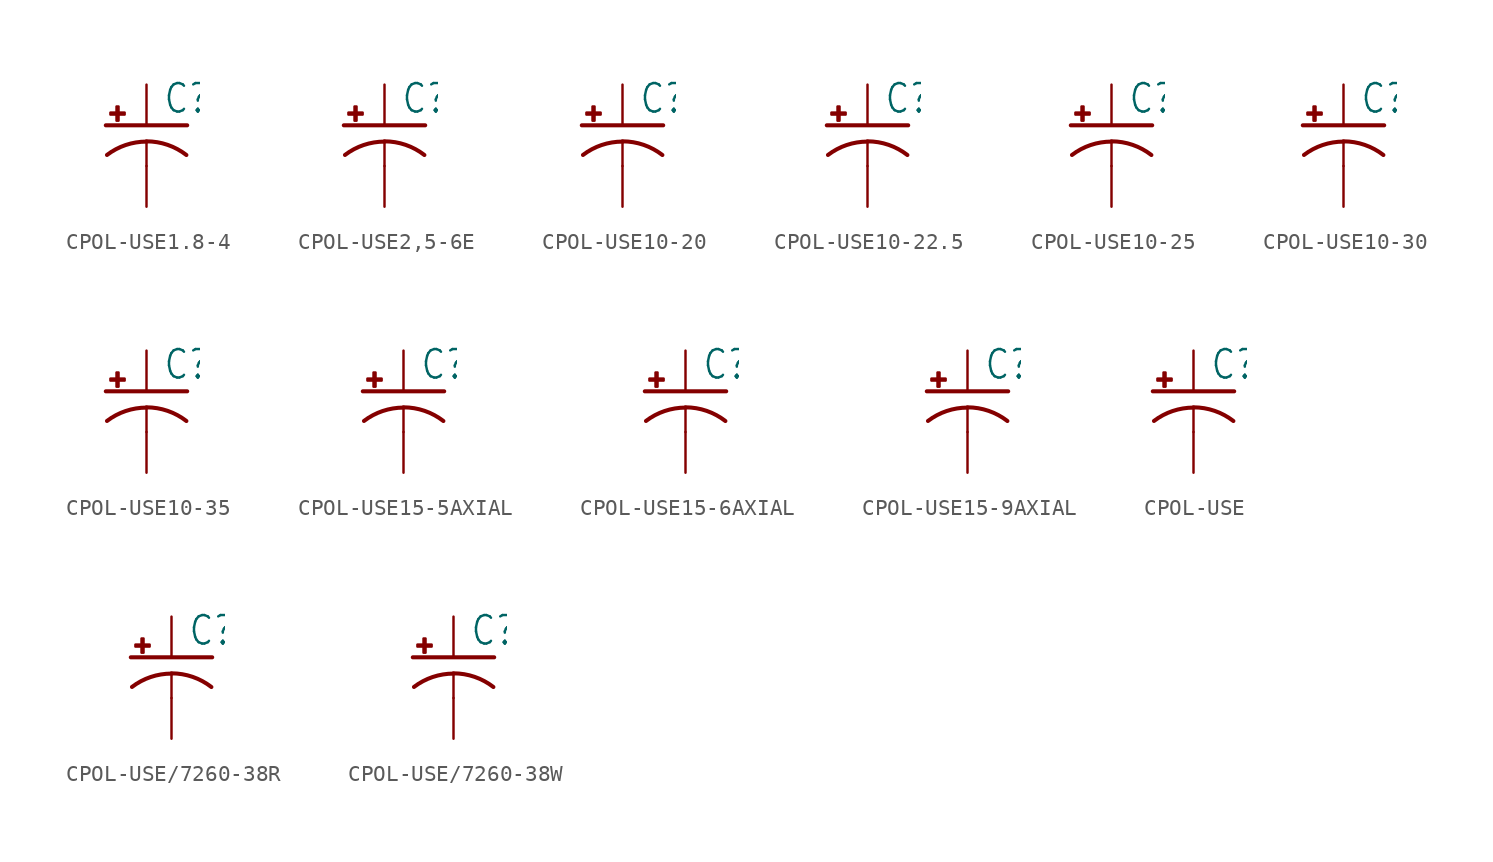
<source format=kicad_sym>
(kicad_symbol_lib
  (version 20231120)
  (generator "kicad_symbol_editor")
  (generator_version "8.0")
  (symbol "CPOL-USE1.8-4"
    (property "Reference" "C"
      (at 1.016 0.635 0)
      (effects (font (size 1.778 1.511)) (justify left bottom)))
    (property "Value" ""
      (at 1.016 -4.191 0)
      (effects (font (size 1.778 1.511)) (justify left bottom)))
    (property "ki_locked" ""
      (at 0 0 0)
      (effects (font (size 1.27 1.27))))
    (symbol "CPOL-USE1.8-4_1_0"
      (rectangle (start -2.253 0.668) (end -1.364 0.795) (stroke (width 0) (type default)) (fill (type outline)))
      (rectangle (start -1.872 0.287) (end -1.745 1.176) (stroke (width 0) (type default)) (fill (type outline)))
      (arc (start 0 -1.0161) (mid -1.3021 -1.2303) (end -2.4669 -1.8504) (stroke (width 0.254) (type solid)) (fill (type none)))
      (polyline (pts (xy -2.54 0) (xy 2.54 0)) (stroke (width 0.254) (type solid)) (fill (type none)))
      (polyline (pts (xy 0 -1.016) (xy 0 -2.54)) (stroke (width 0.152) (type solid)) (fill (type none)))
      (arc (start 2.4892 -1.8541) (mid 1.3158 -1.2194) (end 0 -1) (stroke (width 0.254) (type solid)) (fill (type none)))
      (pin passive line (at 0 2.54 270) (length 2.54) (name "+" (effects (font (size 0 0)))) (number "+" (effects (font (size 0 0)))))
      (pin passive line (at 0 -5.08 90) (length 2.54) (name "-" (effects (font (size 0 0)))) (number "-" (effects (font (size 0 0)))))))
  (symbol "CPOL-USE2,5-6E"
    (property "Reference" "C"
      (at 1.016 0.635 0)
      (effects (font (size 1.778 1.511)) (justify left bottom)))
    (property "Value" ""
      (at 1.016 -4.191 0)
      (effects (font (size 1.778 1.511)) (justify left bottom)))
    (property "ki_locked" ""
      (at 0 0 0)
      (effects (font (size 1.27 1.27))))
    (symbol "CPOL-USE2,5-6E_1_0"
      (rectangle (start -2.253 0.668) (end -1.364 0.795) (stroke (width 0) (type default)) (fill (type outline)))
      (rectangle (start -1.872 0.287) (end -1.745 1.176) (stroke (width 0) (type default)) (fill (type outline)))
      (arc (start 0 -1.0161) (mid -1.3021 -1.2303) (end -2.4669 -1.8504) (stroke (width 0.254) (type solid)) (fill (type none)))
      (polyline (pts (xy -2.54 0) (xy 2.54 0)) (stroke (width 0.254) (type solid)) (fill (type none)))
      (polyline (pts (xy 0 -1.016) (xy 0 -2.54)) (stroke (width 0.152) (type solid)) (fill (type none)))
      (arc (start 2.4892 -1.8541) (mid 1.3158 -1.2194) (end 0 -1) (stroke (width 0.254) (type solid)) (fill (type none)))
      (pin passive line (at 0 2.54 270) (length 2.54) (name "+" (effects (font (size 0 0)))) (number "+" (effects (font (size 0 0)))))
      (pin passive line (at 0 -5.08 90) (length 2.54) (name "-" (effects (font (size 0 0)))) (number "-" (effects (font (size 0 0)))))))
  (symbol "CPOL-USE10-20"
    (property "Reference" "C"
      (at 1.016 0.635 0)
      (effects (font (size 1.778 1.511)) (justify left bottom)))
    (property "Value" ""
      (at 1.016 -4.191 0)
      (effects (font (size 1.778 1.511)) (justify left bottom)))
    (property "ki_locked" ""
      (at 0 0 0)
      (effects (font (size 1.27 1.27))))
    (symbol "CPOL-USE10-20_1_0"
      (rectangle (start -2.253 0.668) (end -1.364 0.795) (stroke (width 0) (type default)) (fill (type outline)))
      (rectangle (start -1.872 0.287) (end -1.745 1.176) (stroke (width 0) (type default)) (fill (type outline)))
      (arc (start 0 -1.0161) (mid -1.3021 -1.2303) (end -2.4669 -1.8504) (stroke (width 0.254) (type solid)) (fill (type none)))
      (polyline (pts (xy -2.54 0) (xy 2.54 0)) (stroke (width 0.254) (type solid)) (fill (type none)))
      (polyline (pts (xy 0 -1.016) (xy 0 -2.54)) (stroke (width 0.152) (type solid)) (fill (type none)))
      (arc (start 2.4892 -1.8541) (mid 1.3158 -1.2194) (end 0 -1) (stroke (width 0.254) (type solid)) (fill (type none)))
      (pin passive line (at 0 2.54 270) (length 2.54) (name "+" (effects (font (size 0 0)))) (number "+" (effects (font (size 0 0)))))
      (pin passive line (at 0 -5.08 90) (length 2.54) (name "-" (effects (font (size 0 0)))) (number "-" (effects (font (size 0 0)))))))
  (symbol "CPOL-USE10-22.5"
    (property "Reference" "C"
      (at 1.016 0.635 0)
      (effects (font (size 1.778 1.511)) (justify left bottom)))
    (property "Value" ""
      (at 1.016 -4.191 0)
      (effects (font (size 1.778 1.511)) (justify left bottom)))
    (property "ki_locked" ""
      (at 0 0 0)
      (effects (font (size 1.27 1.27))))
    (symbol "CPOL-USE10-22.5_1_0"
      (rectangle (start -2.253 0.668) (end -1.364 0.795) (stroke (width 0) (type default)) (fill (type outline)))
      (rectangle (start -1.872 0.287) (end -1.745 1.176) (stroke (width 0) (type default)) (fill (type outline)))
      (arc (start 0 -1.0161) (mid -1.3021 -1.2303) (end -2.4669 -1.8504) (stroke (width 0.254) (type solid)) (fill (type none)))
      (polyline (pts (xy -2.54 0) (xy 2.54 0)) (stroke (width 0.254) (type solid)) (fill (type none)))
      (polyline (pts (xy 0 -1.016) (xy 0 -2.54)) (stroke (width 0.152) (type solid)) (fill (type none)))
      (arc (start 2.4892 -1.8541) (mid 1.3158 -1.2194) (end 0 -1) (stroke (width 0.254) (type solid)) (fill (type none)))
      (pin passive line (at 0 2.54 270) (length 2.54) (name "+" (effects (font (size 0 0)))) (number "+" (effects (font (size 0 0)))))
      (pin passive line (at 0 -5.08 90) (length 2.54) (name "-" (effects (font (size 0 0)))) (number "-" (effects (font (size 0 0)))))))
  (symbol "CPOL-USE10-25"
    (property "Reference" "C"
      (at 1.016 0.635 0)
      (effects (font (size 1.778 1.511)) (justify left bottom)))
    (property "Value" ""
      (at 1.016 -4.191 0)
      (effects (font (size 1.778 1.511)) (justify left bottom)))
    (property "ki_locked" ""
      (at 0 0 0)
      (effects (font (size 1.27 1.27))))
    (symbol "CPOL-USE10-25_1_0"
      (rectangle (start -2.253 0.668) (end -1.364 0.795) (stroke (width 0) (type default)) (fill (type outline)))
      (rectangle (start -1.872 0.287) (end -1.745 1.176) (stroke (width 0) (type default)) (fill (type outline)))
      (arc (start 0 -1.0161) (mid -1.3021 -1.2303) (end -2.4669 -1.8504) (stroke (width 0.254) (type solid)) (fill (type none)))
      (polyline (pts (xy -2.54 0) (xy 2.54 0)) (stroke (width 0.254) (type solid)) (fill (type none)))
      (polyline (pts (xy 0 -1.016) (xy 0 -2.54)) (stroke (width 0.152) (type solid)) (fill (type none)))
      (arc (start 2.4892 -1.8541) (mid 1.3158 -1.2194) (end 0 -1) (stroke (width 0.254) (type solid)) (fill (type none)))
      (pin passive line (at 0 2.54 270) (length 2.54) (name "+" (effects (font (size 0 0)))) (number "+" (effects (font (size 0 0)))))
      (pin passive line (at 0 -5.08 90) (length 2.54) (name "-" (effects (font (size 0 0)))) (number "-" (effects (font (size 0 0)))))))
  (symbol "CPOL-USE10-30"
    (property "Reference" "C"
      (at 1.016 0.635 0)
      (effects (font (size 1.778 1.511)) (justify left bottom)))
    (property "Value" ""
      (at 1.016 -4.191 0)
      (effects (font (size 1.778 1.511)) (justify left bottom)))
    (property "ki_locked" ""
      (at 0 0 0)
      (effects (font (size 1.27 1.27))))
    (symbol "CPOL-USE10-30_1_0"
      (rectangle (start -2.253 0.668) (end -1.364 0.795) (stroke (width 0) (type default)) (fill (type outline)))
      (rectangle (start -1.872 0.287) (end -1.745 1.176) (stroke (width 0) (type default)) (fill (type outline)))
      (arc (start 0 -1.0161) (mid -1.3021 -1.2303) (end -2.4669 -1.8504) (stroke (width 0.254) (type solid)) (fill (type none)))
      (polyline (pts (xy -2.54 0) (xy 2.54 0)) (stroke (width 0.254) (type solid)) (fill (type none)))
      (polyline (pts (xy 0 -1.016) (xy 0 -2.54)) (stroke (width 0.152) (type solid)) (fill (type none)))
      (arc (start 2.4892 -1.8541) (mid 1.3158 -1.2194) (end 0 -1) (stroke (width 0.254) (type solid)) (fill (type none)))
      (pin passive line (at 0 2.54 270) (length 2.54) (name "+" (effects (font (size 0 0)))) (number "+" (effects (font (size 0 0)))))
      (pin passive line (at 0 -5.08 90) (length 2.54) (name "-" (effects (font (size 0 0)))) (number "-" (effects (font (size 0 0)))))))
  (symbol "CPOL-USE10-35"
    (property "Reference" "C"
      (at 1.016 0.635 0)
      (effects (font (size 1.778 1.511)) (justify left bottom)))
    (property "Value" ""
      (at 1.016 -4.191 0)
      (effects (font (size 1.778 1.511)) (justify left bottom)))
    (property "ki_locked" ""
      (at 0 0 0)
      (effects (font (size 1.27 1.27))))
    (symbol "CPOL-USE10-35_1_0"
      (rectangle (start -2.253 0.668) (end -1.364 0.795) (stroke (width 0) (type default)) (fill (type outline)))
      (rectangle (start -1.872 0.287) (end -1.745 1.176) (stroke (width 0) (type default)) (fill (type outline)))
      (arc (start 0 -1.0161) (mid -1.3021 -1.2303) (end -2.4669 -1.8504) (stroke (width 0.254) (type solid)) (fill (type none)))
      (polyline (pts (xy -2.54 0) (xy 2.54 0)) (stroke (width 0.254) (type solid)) (fill (type none)))
      (polyline (pts (xy 0 -1.016) (xy 0 -2.54)) (stroke (width 0.152) (type solid)) (fill (type none)))
      (arc (start 2.4892 -1.8541) (mid 1.3158 -1.2194) (end 0 -1) (stroke (width 0.254) (type solid)) (fill (type none)))
      (pin passive line (at 0 2.54 270) (length 2.54) (name "+" (effects (font (size 0 0)))) (number "+" (effects (font (size 0 0)))))
      (pin passive line (at 0 -5.08 90) (length 2.54) (name "-" (effects (font (size 0 0)))) (number "-" (effects (font (size 0 0)))))))
  (symbol "CPOL-USE15-5AXIAL"
    (property "Reference" "C"
      (at 1.016 0.635 0)
      (effects (font (size 1.778 1.511)) (justify left bottom)))
    (property "Value" ""
      (at 1.016 -4.191 0)
      (effects (font (size 1.778 1.511)) (justify left bottom)))
    (property "ki_locked" ""
      (at 0 0 0)
      (effects (font (size 1.27 1.27))))
    (symbol "CPOL-USE15-5AXIAL_1_0"
      (rectangle (start -2.253 0.668) (end -1.364 0.795) (stroke (width 0) (type default)) (fill (type outline)))
      (rectangle (start -1.872 0.287) (end -1.745 1.176) (stroke (width 0) (type default)) (fill (type outline)))
      (arc (start 0 -1.0161) (mid -1.3021 -1.2303) (end -2.4669 -1.8504) (stroke (width 0.254) (type solid)) (fill (type none)))
      (polyline (pts (xy -2.54 0) (xy 2.54 0)) (stroke (width 0.254) (type solid)) (fill (type none)))
      (polyline (pts (xy 0 -1.016) (xy 0 -2.54)) (stroke (width 0.152) (type solid)) (fill (type none)))
      (arc (start 2.4892 -1.8541) (mid 1.3158 -1.2194) (end 0 -1) (stroke (width 0.254) (type solid)) (fill (type none)))
      (pin passive line (at 0 2.54 270) (length 2.54) (name "+" (effects (font (size 0 0)))) (number "+" (effects (font (size 0 0)))))
      (pin passive line (at 0 -5.08 90) (length 2.54) (name "-" (effects (font (size 0 0)))) (number "-" (effects (font (size 0 0)))))))
  (symbol "CPOL-USE15-6AXIAL"
    (property "Reference" "C"
      (at 1.016 0.635 0)
      (effects (font (size 1.778 1.511)) (justify left bottom)))
    (property "Value" ""
      (at 1.016 -4.191 0)
      (effects (font (size 1.778 1.511)) (justify left bottom)))
    (property "ki_locked" ""
      (at 0 0 0)
      (effects (font (size 1.27 1.27))))
    (symbol "CPOL-USE15-6AXIAL_1_0"
      (rectangle (start -2.253 0.668) (end -1.364 0.795) (stroke (width 0) (type default)) (fill (type outline)))
      (rectangle (start -1.872 0.287) (end -1.745 1.176) (stroke (width 0) (type default)) (fill (type outline)))
      (arc (start 0 -1.0161) (mid -1.3021 -1.2303) (end -2.4669 -1.8504) (stroke (width 0.254) (type solid)) (fill (type none)))
      (polyline (pts (xy -2.54 0) (xy 2.54 0)) (stroke (width 0.254) (type solid)) (fill (type none)))
      (polyline (pts (xy 0 -1.016) (xy 0 -2.54)) (stroke (width 0.152) (type solid)) (fill (type none)))
      (arc (start 2.4892 -1.8541) (mid 1.3158 -1.2194) (end 0 -1) (stroke (width 0.254) (type solid)) (fill (type none)))
      (pin passive line (at 0 2.54 270) (length 2.54) (name "+" (effects (font (size 0 0)))) (number "+" (effects (font (size 0 0)))))
      (pin passive line (at 0 -5.08 90) (length 2.54) (name "-" (effects (font (size 0 0)))) (number "-" (effects (font (size 0 0)))))))
  (symbol "CPOL-USE15-9AXIAL"
    (property "Reference" "C"
      (at 1.016 0.635 0)
      (effects (font (size 1.778 1.511)) (justify left bottom)))
    (property "Value" ""
      (at 1.016 -4.191 0)
      (effects (font (size 1.778 1.511)) (justify left bottom)))
    (property "ki_locked" ""
      (at 0 0 0)
      (effects (font (size 1.27 1.27))))
    (symbol "CPOL-USE15-9AXIAL_1_0"
      (rectangle (start -2.253 0.668) (end -1.364 0.795) (stroke (width 0) (type default)) (fill (type outline)))
      (rectangle (start -1.872 0.287) (end -1.745 1.176) (stroke (width 0) (type default)) (fill (type outline)))
      (arc (start 0 -1.0161) (mid -1.3021 -1.2303) (end -2.4669 -1.8504) (stroke (width 0.254) (type solid)) (fill (type none)))
      (polyline (pts (xy -2.54 0) (xy 2.54 0)) (stroke (width 0.254) (type solid)) (fill (type none)))
      (polyline (pts (xy 0 -1.016) (xy 0 -2.54)) (stroke (width 0.152) (type solid)) (fill (type none)))
      (arc (start 2.4892 -1.8541) (mid 1.3158 -1.2194) (end 0 -1) (stroke (width 0.254) (type solid)) (fill (type none)))
      (pin passive line (at 0 2.54 270) (length 2.54) (name "+" (effects (font (size 0 0)))) (number "+" (effects (font (size 0 0)))))
      (pin passive line (at 0 -5.08 90) (length 2.54) (name "-" (effects (font (size 0 0)))) (number "-" (effects (font (size 0 0)))))))
  (symbol "CPOL-USE"
    (property "Reference" "C"
      (at 1.016 0.635 0)
      (effects (font (size 1.778 1.511)) (justify left bottom)))
    (property "Value" ""
      (at 1.016 -4.191 0)
      (effects (font (size 1.778 1.511)) (justify left bottom)))
    (property "ki_locked" ""
      (at 0 0 0)
      (effects (font (size 1.27 1.27))))
    (symbol "CPOL-USE_1_0"
      (rectangle (start -2.253 0.668) (end -1.364 0.795) (stroke (width 0) (type default)) (fill (type outline)))
      (rectangle (start -1.872 0.287) (end -1.745 1.176) (stroke (width 0) (type default)) (fill (type outline)))
      (arc (start 0 -1.0161) (mid -1.3021 -1.2303) (end -2.4669 -1.8504) (stroke (width 0.254) (type solid)) (fill (type none)))
      (polyline (pts (xy -2.54 0) (xy 2.54 0)) (stroke (width 0.254) (type solid)) (fill (type none)))
      (polyline (pts (xy 0 -1.016) (xy 0 -2.54)) (stroke (width 0.152) (type solid)) (fill (type none)))
      (arc (start 2.4892 -1.8541) (mid 1.3158 -1.2194) (end 0 -1) (stroke (width 0.254) (type solid)) (fill (type none)))
      (pin passive line (at 0 2.54 270) (length 2.54) (name "+" (effects (font (size 0 0)))) (number "+" (effects (font (size 0 0)))))
      (pin passive line (at 0 -5.08 90) (length 2.54) (name "-" (effects (font (size 0 0)))) (number "-" (effects (font (size 0 0)))))))
  (symbol "CPOL-USE/7260-38R"
    (property "Reference" "C"
      (at 1.016 0.635 0)
      (effects (font (size 1.778 1.511)) (justify left bottom)))
    (property "Value" ""
      (at 1.016 -4.191 0)
      (effects (font (size 1.778 1.511)) (justify left bottom)))
    (property "ki_locked" ""
      (at 0 0 0)
      (effects (font (size 1.27 1.27))))
    (symbol "CPOL-USE/7260-38R_1_0"
      (rectangle (start -2.253 0.668) (end -1.364 0.795) (stroke (width 0) (type default)) (fill (type outline)))
      (rectangle (start -1.872 0.287) (end -1.745 1.176) (stroke (width 0) (type default)) (fill (type outline)))
      (arc (start 0 -1.0161) (mid -1.3021 -1.2303) (end -2.4669 -1.8504) (stroke (width 0.254) (type solid)) (fill (type none)))
      (polyline (pts (xy -2.54 0) (xy 2.54 0)) (stroke (width 0.254) (type solid)) (fill (type none)))
      (polyline (pts (xy 0 -1.016) (xy 0 -2.54)) (stroke (width 0.152) (type solid)) (fill (type none)))
      (arc (start 2.4892 -1.8541) (mid 1.3158 -1.2194) (end 0 -1) (stroke (width 0.254) (type solid)) (fill (type none)))
      (pin passive line (at 0 2.54 270) (length 2.54) (name "+" (effects (font (size 0 0)))) (number "+" (effects (font (size 0 0)))))
      (pin passive line (at 0 -5.08 90) (length 2.54) (name "-" (effects (font (size 0 0)))) (number "-" (effects (font (size 0 0)))))))
  (symbol "CPOL-USE/7260-38W"
    (property "Reference" "C"
      (at 1.016 0.635 0)
      (effects (font (size 1.778 1.511)) (justify left bottom)))
    (property "Value" ""
      (at 1.016 -4.191 0)
      (effects (font (size 1.778 1.511)) (justify left bottom)))
    (property "ki_locked" ""
      (at 0 0 0)
      (effects (font (size 1.27 1.27))))
    (symbol "CPOL-USE/7260-38W_1_0"
      (rectangle (start -2.253 0.668) (end -1.364 0.795) (stroke (width 0) (type default)) (fill (type outline)))
      (rectangle (start -1.872 0.287) (end -1.745 1.176) (stroke (width 0) (type default)) (fill (type outline)))
      (arc (start 0 -1.0161) (mid -1.3021 -1.2303) (end -2.4669 -1.8504) (stroke (width 0.254) (type solid)) (fill (type none)))
      (polyline (pts (xy -2.54 0) (xy 2.54 0)) (stroke (width 0.254) (type solid)) (fill (type none)))
      (polyline (pts (xy 0 -1.016) (xy 0 -2.54)) (stroke (width 0.152) (type solid)) (fill (type none)))
      (arc (start 2.4892 -1.8541) (mid 1.3158 -1.2194) (end 0 -1) (stroke (width 0.254) (type solid)) (fill (type none)))
      (pin passive line (at 0 2.54 270) (length 2.54) (name "+" (effects (font (size 0 0)))) (number "+" (effects (font (size 0 0)))))
      (pin passive line (at 0 -5.08 90) (length 2.54) (name "-" (effects (font (size 0 0)))) (number "-" (effects (font (size 0 0))))))))
</source>
